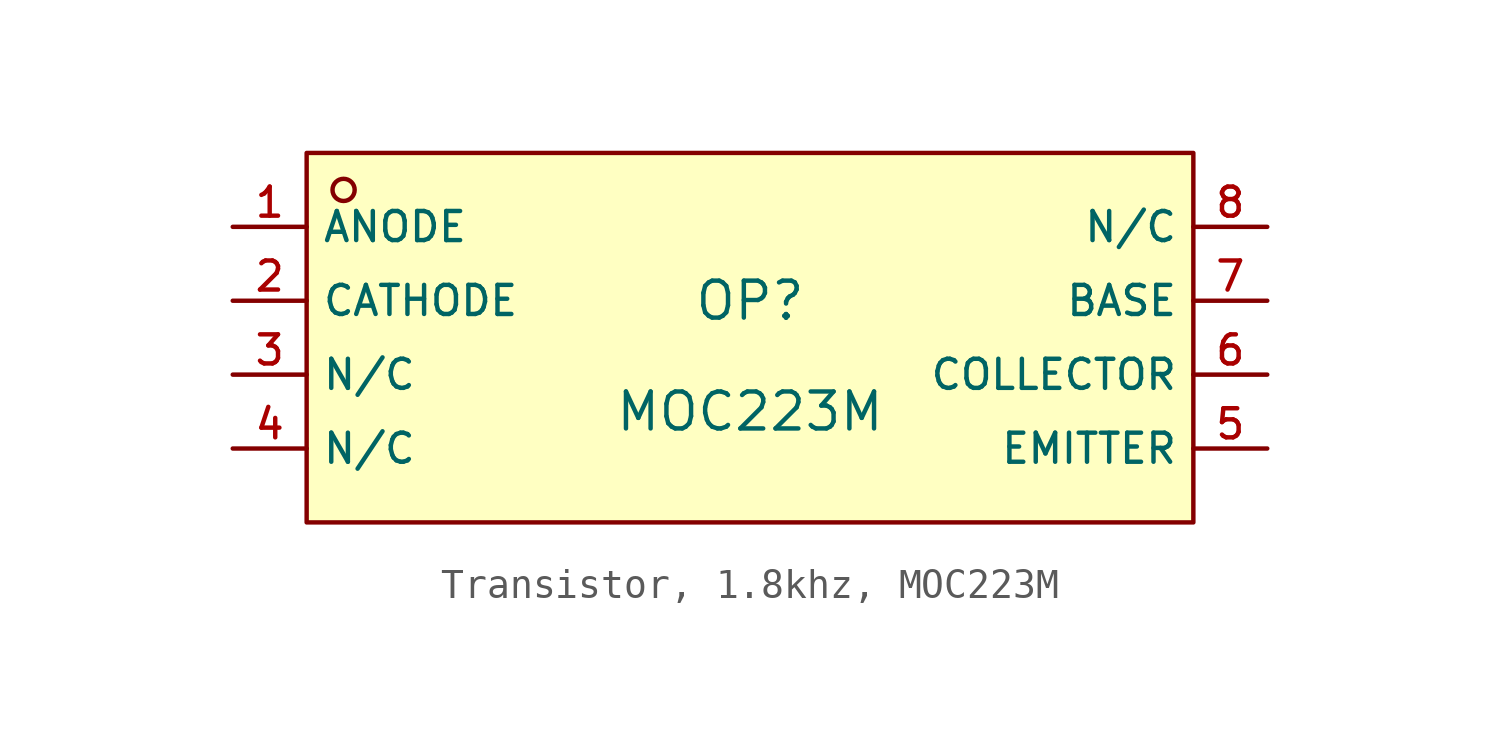
<source format=kicad_sym>
(kicad_symbol_lib
  (version 20231120)
  (generator "CDFER_Archive_Tool")
  (generator_version "0.0")
  (symbol "Transistor, 1.8khz, MOC223M"
    (property "Reference" "OP"
      (at 0 1.27 0)
      (effects (font (size 1.27 1.27))))
    (property "Value" "MOC223M"
      (at 0 -2.54 0)
      (effects (font (size 1.27 1.27))))
    (symbol "Transistor, 1.8khz, MOC223M_0_1"
      (rectangle (start -15.24 6.35) (end 15.24 -6.35) (stroke (width 0) (type default)) (fill (type background)))
      (circle (center -13.97 5.08) (radius 0.381) (stroke (width 0) (type default)) (fill (type background)))
      (pin unspecified line (at -17.78 3.81 0) (length 2.54) (name "ANODE" (effects (font (size 1 1)))) (number "1" (effects (font (size 1 1)))))
      (pin unspecified line (at -17.78 1.27 0) (length 2.54) (name "CATHODE" (effects (font (size 1 1)))) (number "2" (effects (font (size 1 1)))))
      (pin unspecified line (at -17.78 -1.27 0) (length 2.54) (name "N/C" (effects (font (size 1 1)))) (number "3" (effects (font (size 1 1)))))
      (pin unspecified line (at -17.78 -3.81 0) (length 2.54) (name "N/C" (effects (font (size 1 1)))) (number "4" (effects (font (size 1 1)))))
      (pin unspecified line (at 17.78 -3.81 180) (length 2.54) (name "EMITTER" (effects (font (size 1 1)))) (number "5" (effects (font (size 1 1)))))
      (pin unspecified line (at 17.78 -1.27 180) (length 2.54) (name "COLLECTOR" (effects (font (size 1 1)))) (number "6" (effects (font (size 1 1)))))
      (pin unspecified line (at 17.78 1.27 180) (length 2.54) (name "BASE" (effects (font (size 1 1)))) (number "7" (effects (font (size 1 1)))))
      (pin unspecified line (at 17.78 3.81 180) (length 2.54) (name "N/C" (effects (font (size 1 1)))) (number "8" (effects (font (size 1 1))))))))
</source>
